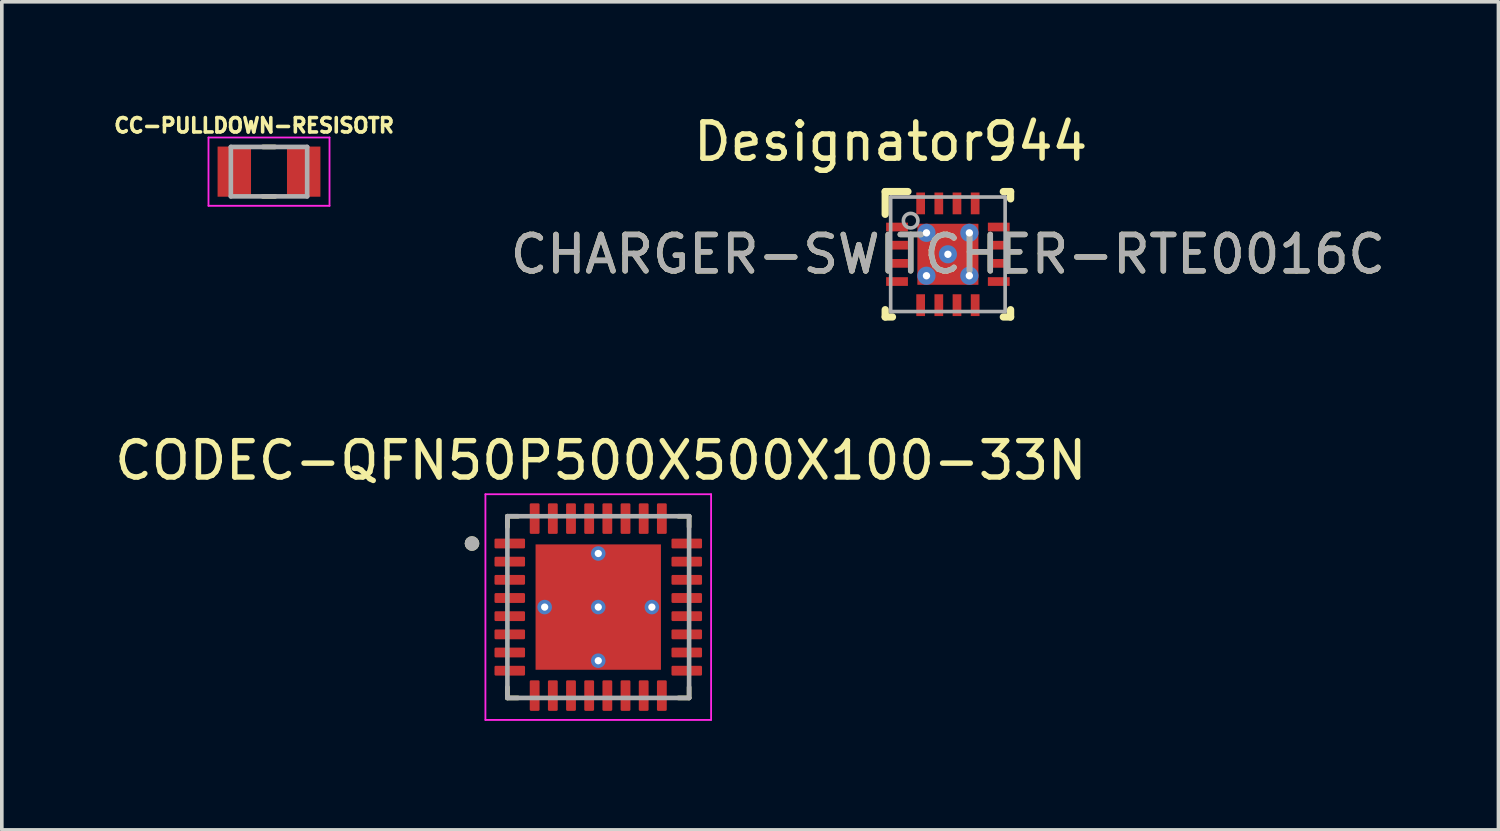
<source format=kicad_pcb>
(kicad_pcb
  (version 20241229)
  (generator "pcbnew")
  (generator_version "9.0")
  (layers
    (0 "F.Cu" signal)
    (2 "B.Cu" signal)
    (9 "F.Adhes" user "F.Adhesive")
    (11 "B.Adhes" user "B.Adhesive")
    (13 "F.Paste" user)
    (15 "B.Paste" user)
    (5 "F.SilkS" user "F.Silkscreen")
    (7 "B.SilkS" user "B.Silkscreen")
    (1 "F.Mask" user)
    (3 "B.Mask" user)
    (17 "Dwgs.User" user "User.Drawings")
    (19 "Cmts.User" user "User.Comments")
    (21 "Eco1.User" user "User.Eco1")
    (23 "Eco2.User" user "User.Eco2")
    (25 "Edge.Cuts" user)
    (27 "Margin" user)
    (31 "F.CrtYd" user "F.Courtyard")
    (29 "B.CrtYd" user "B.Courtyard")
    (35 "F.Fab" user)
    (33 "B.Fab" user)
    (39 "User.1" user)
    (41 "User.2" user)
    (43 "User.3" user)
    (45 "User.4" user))
  (footprint "CHARGER-SWITCHER-RTE0016C"
    (layer "F.Cu")
    (at 23.033 3.947)
    (property "Reference" "CHARGER-SWITCHER-RTE0016C" (at 0 0 0) (unlocked yes) (layer "F.SilkS") (effects (font (size 1 1) (thickness 0.15))))
    (attr smd)
    (fp_line (start -1.725 -1.725) (end -1.1 -1.725) (stroke (width 0.2) (type solid)) (layer "F.SilkS"))
    (fp_line (start -1.725 -1.1) (end -1.725 -1.725) (stroke (width 0.2) (type solid)) (layer "F.SilkS"))
    (fp_line (start -1.725 1.725) (end -1.725 1.525) (stroke (width 0.2) (type solid)) (layer "F.SilkS"))
    (fp_line (start -1.725 1.725) (end -1.525 1.725) (stroke (width 0.2) (type solid)) (layer "F.SilkS"))
    (fp_line (start 1.525 -1.725) (end 1.725 -1.725) (stroke (width 0.2) (type solid)) (layer "F.SilkS"))
    (fp_line (start 1.525 1.725) (end 1.725 1.725) (stroke (width 0.2) (type solid)) (layer "F.SilkS"))
    (fp_line (start 1.725 -1.525) (end 1.725 -1.725) (stroke (width 0.2) (type solid)) (layer "F.SilkS"))
    (fp_line (start 1.725 1.725) (end 1.725 1.525) (stroke (width 0.2) (type solid)) (layer "F.SilkS"))
    (fp_poly (pts (xy -0.775 0.728) (xy -0.775 -0.729) (xy -0.774 -0.738) (xy -0.771 -0.746) (xy -0.767 -0.754) (xy -0.761 -0.761) (xy -0.754 -0.767) (xy -0.746 -0.771) (xy -0.738 -0.774) (xy -0.729 -0.775) (xy 0.729 -0.775) (xy 0.738 -0.774) (xy 0.746 -0.771) (xy 0.754 -0.767) (xy 0.761 -0.761) (xy 0.767 -0.754) (xy 0.771 -0.746) (xy 0.774 -0.738) (xy 0.775 -0.729) (xy 0.775 0.728) (xy 0.774 0.738) (xy 0.771 0.746) (xy 0.767 0.754) (xy 0.761 0.761) (xy 0.754 0.767) (xy 0.746 0.771) (xy 0.738 0.774) (xy 0.729 0.775) (xy -0.729 0.775) (xy -0.738 0.774) (xy -0.746 0.771) (xy -0.754 0.767) (xy -0.761 0.761) (xy -0.767 0.754) (xy -0.771 0.746) (xy -0.774 0.738)) (stroke (width 0) (type solid)) (fill yes) (layer "F.Paste"))
    (fp_line (start -1.575 -1.575) (end 1.575 -1.575) (stroke (width 0.1) (type solid)) (layer "F.Fab"))
    (fp_line (start -1.575 1.575) (end -1.575 -1.575) (stroke (width 0.1) (type solid)) (layer "F.Fab"))
    (fp_line (start -1.575 1.575) (end 1.575 1.575) (stroke (width 0.1) (type solid)) (layer "F.Fab"))
    (fp_line (start 1.575 1.575) (end 1.575 -1.575) (stroke (width 0.1) (type solid)) (layer "F.Fab"))
    (fp_circle (center -1.025 -0.925) (end -0.825 -0.925) (stroke (width 0.1) (type solid)) (fill no) (layer "F.Fab"))
    (fp_text user "Designator944" (at -1.575 -3.099 0) (unlocked yes) (layer "F.SilkS") (effects (font (size 1 1) (thickness 0.15))))
    (fp_text user "${REFERENCE}" (at 0 0 0) (unlocked yes) (layer "F.Fab") (effects (font (size 1 1) (thickness 0.15))))
    (pad "1" smd rect (at -1.4 -0.75 90) (size 0.24 0.6) (layers "F.Cu" "F.Mask" "F.Paste"))
    (pad "2" smd rect (at -1.4 -0.25 90) (size 0.24 0.6) (layers "F.Cu" "F.Mask" "F.Paste"))
    (pad "3" smd rect (at -1.4 0.25 90) (size 0.24 0.6) (layers "F.Cu" "F.Mask" "F.Paste"))
    (pad "4" smd rect (at -1.4 0.75 90) (size 0.24 0.6) (layers "F.Cu" "F.Mask" "F.Paste"))
    (pad "5" smd rect (at -0.75 1.4) (size 0.24 0.6) (layers "F.Cu" "F.Mask" "F.Paste"))
    (pad "6" smd rect (at -0.25 1.4) (size 0.24 0.6) (layers "F.Cu" "F.Mask" "F.Paste"))
    (pad "7" smd rect (at 0.25 1.4) (size 0.24 0.6) (layers "F.Cu" "F.Mask" "F.Paste"))
    (pad "8" smd rect (at 0.75 1.4) (size 0.24 0.6) (layers "F.Cu" "F.Mask" "F.Paste"))
    (pad "9" smd rect (at 1.4 0.75 90) (size 0.24 0.6) (layers "F.Cu" "F.Mask" "F.Paste"))
    (pad "10" smd rect (at 1.4 0.25 90) (size 0.24 0.6) (layers "F.Cu" "F.Mask" "F.Paste"))
    (pad "11" smd rect (at 1.4 -0.25 90) (size 0.24 0.6) (layers "F.Cu" "F.Mask" "F.Paste"))
    (pad "12" smd rect (at 1.4 -0.75 90) (size 0.24 0.6) (layers "F.Cu" "F.Mask" "F.Paste"))
    (pad "13" smd rect (at 0.75 -1.4) (size 0.24 0.6) (layers "F.Cu" "F.Mask" "F.Paste"))
    (pad "14" smd rect (at 0.25 -1.4) (size 0.24 0.6) (layers "F.Cu" "F.Mask" "F.Paste"))
    (pad "15" smd rect (at -0.25 -1.4) (size 0.24 0.6) (layers "F.Cu" "F.Mask" "F.Paste"))
    (pad "16" smd rect (at -0.75 -1.4) (size 0.24 0.6) (layers "F.Cu" "F.Mask" "F.Paste"))
    (pad "17" smd rect (at 0.000003 -0.000003) (size 1.68 1.68) (layers "F.Cu" "F.Mask"))
    (pad "18" thru_hole circle (at 0.59 -0.59) (size 0.5 0.5) (drill 0.203) (layers "*.Cu" "*.Mask"))
    (pad "19" thru_hole circle (at 0.59 0.59) (size 0.5 0.5) (drill 0.203) (layers "*.Cu" "*.Mask"))
    (pad "20" thru_hole circle (at -0.59 0.59) (size 0.5 0.5) (drill 0.203) (layers "*.Cu" "*.Mask"))
    (pad "21" thru_hole circle (at -0.59 -0.59) (size 0.5 0.5) (drill 0.203) (layers "*.Cu" "*.Mask"))
    (pad "22" thru_hole circle (at 0 -0.000003) (size 0.5 0.5) (drill 0.203) (layers "*.Cu" "*.Mask")))
  (footprint "CODEC-QFN50P500X500X100-33N"
    (layer "F.Cu")
    (at 13.412 13.655)
    (property "Reference" "CODEC-QFN50P500X500X100-33N" (at 0.07 -4.035 0) (layer "F.SilkS") (effects (font (size 1 1) (thickness 0.15))))
    (attr smd)
    (fp_line (start -2.5 -2.5) (end -2.5 -2.205) (stroke (width 0.127) (type solid)) (layer "F.SilkS"))
    (fp_line (start -2.5 -2.5) (end -2.205 -2.5) (stroke (width 0.127) (type solid)) (layer "F.SilkS"))
    (fp_line (start -2.5 2.5) (end -2.5 2.205) (stroke (width 0.127) (type solid)) (layer "F.SilkS"))
    (fp_line (start -2.5 2.5) (end -2.205 2.5) (stroke (width 0.127) (type solid)) (layer "F.SilkS"))
    (fp_line (start 2.5 -2.5) (end 2.205 -2.5) (stroke (width 0.127) (type solid)) (layer "F.SilkS"))
    (fp_line (start 2.5 -2.5) (end 2.5 -2.205) (stroke (width 0.127) (type solid)) (layer "F.SilkS"))
    (fp_line (start 2.5 2.5) (end 2.205 2.5) (stroke (width 0.127) (type solid)) (layer "F.SilkS"))
    (fp_line (start 2.5 2.5) (end 2.5 2.205) (stroke (width 0.127) (type solid)) (layer "F.SilkS"))
    (fp_circle (center -3.475 -1.75) (end -3.375 -1.75) (stroke (width 0.2) (type solid)) (fill no) (layer "F.SilkS"))
    (fp_poly (pts (xy -1.09 -1.09) (xy 1.09 -1.09) (xy 1.09 1.09) (xy -1.09 1.09)) (stroke (width 0.01) (type solid)) (fill yes) (layer "F.Paste"))
    (fp_line (start -3.105 -3.105) (end 3.105 -3.105) (stroke (width 0.05) (type solid)) (layer "F.CrtYd"))
    (fp_line (start -3.105 3.105) (end -3.105 -3.105) (stroke (width 0.05) (type solid)) (layer "F.CrtYd"))
    (fp_line (start -3.105 3.105) (end 3.105 3.105) (stroke (width 0.05) (type solid)) (layer "F.CrtYd"))
    (fp_line (start 3.105 3.105) (end 3.105 -3.105) (stroke (width 0.05) (type solid)) (layer "F.CrtYd"))
    (fp_line (start -2.5 2.5) (end -2.5 -2.5) (stroke (width 0.127) (type solid)) (layer "F.Fab"))
    (fp_line (start 2.5 -2.5) (end -2.5 -2.5) (stroke (width 0.127) (type solid)) (layer "F.Fab"))
    (fp_line (start 2.5 2.5) (end -2.5 2.5) (stroke (width 0.127) (type solid)) (layer "F.Fab"))
    (fp_line (start 2.5 2.5) (end 2.5 -2.5) (stroke (width 0.127) (type solid)) (layer "F.Fab"))
    (fp_circle (center -3.475 -1.75) (end -3.375 -1.75) (stroke (width 0.2) (type solid)) (fill no) (layer "F.Fab"))
    (pad "1" smd roundrect (at -2.435 -1.75) (size 0.84 0.27) (layers "F.Cu" "F.Mask" "F.Paste") (roundrect_rratio 0.125))
    (pad "2" smd roundrect (at -2.435 -1.25) (size 0.84 0.27) (layers "F.Cu" "F.Mask" "F.Paste") (roundrect_rratio 0.125))
    (pad "3" smd roundrect (at -2.435 -0.75) (size 0.84 0.27) (layers "F.Cu" "F.Mask" "F.Paste") (roundrect_rratio 0.125))
    (pad "4" smd roundrect (at -2.435 -0.25) (size 0.84 0.27) (layers "F.Cu" "F.Mask" "F.Paste") (roundrect_rratio 0.125))
    (pad "5" smd roundrect (at -2.435 0.25) (size 0.84 0.27) (layers "F.Cu" "F.Mask" "F.Paste") (roundrect_rratio 0.125))
    (pad "6" smd roundrect (at -2.435 0.75) (size 0.84 0.27) (layers "F.Cu" "F.Mask" "F.Paste") (roundrect_rratio 0.125))
    (pad "7" smd roundrect (at -2.435 1.25) (size 0.84 0.27) (layers "F.Cu" "F.Mask" "F.Paste") (roundrect_rratio 0.125))
    (pad "8" smd roundrect (at -2.435 1.75) (size 0.84 0.27) (layers "F.Cu" "F.Mask" "F.Paste") (roundrect_rratio 0.125))
    (pad "9" smd roundrect (at -1.75 2.435) (size 0.27 0.84) (layers "F.Cu" "F.Mask" "F.Paste") (roundrect_rratio 0.125))
    (pad "10" smd roundrect (at -1.25 2.435) (size 0.27 0.84) (layers "F.Cu" "F.Mask" "F.Paste") (roundrect_rratio 0.125))
    (pad "11" smd roundrect (at -0.75 2.435) (size 0.27 0.84) (layers "F.Cu" "F.Mask" "F.Paste") (roundrect_rratio 0.125))
    (pad "12" smd roundrect (at -0.25 2.435) (size 0.27 0.84) (layers "F.Cu" "F.Mask" "F.Paste") (roundrect_rratio 0.125))
    (pad "13" smd roundrect (at 0.25 2.435) (size 0.27 0.84) (layers "F.Cu" "F.Mask" "F.Paste") (roundrect_rratio 0.125))
    (pad "14" smd roundrect (at 0.75 2.435) (size 0.27 0.84) (layers "F.Cu" "F.Mask" "F.Paste") (roundrect_rratio 0.125))
    (pad "15" smd roundrect (at 1.25 2.435) (size 0.27 0.84) (layers "F.Cu" "F.Mask" "F.Paste") (roundrect_rratio 0.125))
    (pad "16" smd roundrect (at 1.75 2.435) (size 0.27 0.84) (layers "F.Cu" "F.Mask" "F.Paste") (roundrect_rratio 0.125))
    (pad "17" smd roundrect (at 2.435 1.75) (size 0.84 0.27) (layers "F.Cu" "F.Mask" "F.Paste") (roundrect_rratio 0.125))
    (pad "18" smd roundrect (at 2.435 1.25) (size 0.84 0.27) (layers "F.Cu" "F.Mask" "F.Paste") (roundrect_rratio 0.125))
    (pad "19" smd roundrect (at 2.435 0.75) (size 0.84 0.27) (layers "F.Cu" "F.Mask" "F.Paste") (roundrect_rratio 0.125))
    (pad "20" smd roundrect (at 2.435 0.25) (size 0.84 0.27) (layers "F.Cu" "F.Mask" "F.Paste") (roundrect_rratio 0.125))
    (pad "21" smd roundrect (at 2.435 -0.25) (size 0.84 0.27) (layers "F.Cu" "F.Mask" "F.Paste") (roundrect_rratio 0.125))
    (pad "22" smd roundrect (at 2.435 -0.75) (size 0.84 0.27) (layers "F.Cu" "F.Mask" "F.Paste") (roundrect_rratio 0.125))
    (pad "23" smd roundrect (at 2.435 -1.25) (size 0.84 0.27) (layers "F.Cu" "F.Mask" "F.Paste") (roundrect_rratio 0.125))
    (pad "24" smd roundrect (at 2.435 -1.75) (size 0.84 0.27) (layers "F.Cu" "F.Mask" "F.Paste") (roundrect_rratio 0.125))
    (pad "25" smd roundrect (at 1.75 -2.435) (size 0.27 0.84) (layers "F.Cu" "F.Mask" "F.Paste") (roundrect_rratio 0.125))
    (pad "26" smd roundrect (at 1.25 -2.435) (size 0.27 0.84) (layers "F.Cu" "F.Mask" "F.Paste") (roundrect_rratio 0.125))
    (pad "27" smd roundrect (at 0.75 -2.435) (size 0.27 0.84) (layers "F.Cu" "F.Mask" "F.Paste") (roundrect_rratio 0.125))
    (pad "28" smd roundrect (at 0.25 -2.435) (size 0.27 0.84) (layers "F.Cu" "F.Mask" "F.Paste") (roundrect_rratio 0.125))
    (pad "29" smd roundrect (at -0.25 -2.435) (size 0.27 0.84) (layers "F.Cu" "F.Mask" "F.Paste") (roundrect_rratio 0.125))
    (pad "30" smd roundrect (at -0.75 -2.435) (size 0.27 0.84) (layers "F.Cu" "F.Mask" "F.Paste") (roundrect_rratio 0.125))
    (pad "31" smd roundrect (at -1.25 -2.435) (size 0.27 0.84) (layers "F.Cu" "F.Mask" "F.Paste") (roundrect_rratio 0.125))
    (pad "32" smd roundrect (at -1.75 -2.435) (size 0.27 0.84) (layers "F.Cu" "F.Mask" "F.Paste") (roundrect_rratio 0.125))
    (pad "33" smd rect (at 0 0) (size 3.45 3.45) (layers "F.Cu" "F.Mask"))
    (pad "34" thru_hole circle (at 0 0) (size 0.4 0.4) (drill 0.2) (layers "*.Cu"))
    (pad "35" thru_hole circle (at -1.475 0) (size 0.4 0.4) (drill 0.2) (layers "*.Cu"))
    (pad "36" thru_hole circle (at 0 -1.475) (size 0.4 0.4) (drill 0.2) (layers "*.Cu"))
    (pad "37" thru_hole circle (at 1.475 0) (size 0.4 0.4) (drill 0.2) (layers "*.Cu"))
    (pad "38" thru_hole circle (at 0 1.475) (size 0.4 0.4) (drill 0.2) (layers "*.Cu")))
  (footprint "CC-PULLDOWN-RESISOTR"
    (layer "F.Cu")
    (at 4.352 1.673)
    (property "Reference" "CC-PULLDOWN-RESISOTR" (at -0.41 -1.27 0) (layer "F.SilkS") (effects (font (size 0.394 0.394) (thickness 0.15))))
    (attr smd)
    (fp_line (start -0.17 -0.68) (end 0.17 -0.68) (stroke (width 0.127) (type solid)) (layer "F.SilkS"))
    (fp_line (start -0.17 0.68) (end 0.17 0.68) (stroke (width 0.127) (type solid)) (layer "F.SilkS"))
    (fp_line (start -1.665 -0.94) (end 1.665 -0.94) (stroke (width 0.05) (type solid)) (layer "F.CrtYd"))
    (fp_line (start -1.665 0.94) (end -1.665 -0.94) (stroke (width 0.05) (type solid)) (layer "F.CrtYd"))
    (fp_line (start -1.665 0.94) (end 1.665 0.94) (stroke (width 0.05) (type solid)) (layer "F.CrtYd"))
    (fp_line (start 1.665 0.94) (end 1.665 -0.94) (stroke (width 0.05) (type solid)) (layer "F.CrtYd"))
    (fp_line (start -1.05 0.68) (end -1.05 -0.68) (stroke (width 0.127) (type solid)) (layer "F.Fab"))
    (fp_line (start 1.05 -0.68) (end -1.05 -0.68) (stroke (width 0.127) (type solid)) (layer "F.Fab"))
    (fp_line (start 1.05 0.68) (end -1.05 0.68) (stroke (width 0.127) (type solid)) (layer "F.Fab"))
    (fp_line (start 1.05 0.68) (end 1.05 -0.68) (stroke (width 0.127) (type solid)) (layer "F.Fab"))
    (pad "1" smd rect (at -0.955 0) (size 0.92 1.38) (layers "F.Cu" "F.Mask" "F.Paste"))
    (pad "2" smd rect (at 0.955 0) (size 0.92 1.38) (layers "F.Cu" "F.Mask" "F.Paste")))
  (gr_rect
    (start -3 -3)
    (end 38.182 19.785)
    (stroke (width 0.1) (type default))
    (fill no)
    (layer "Edge.Cuts")))
</source>
